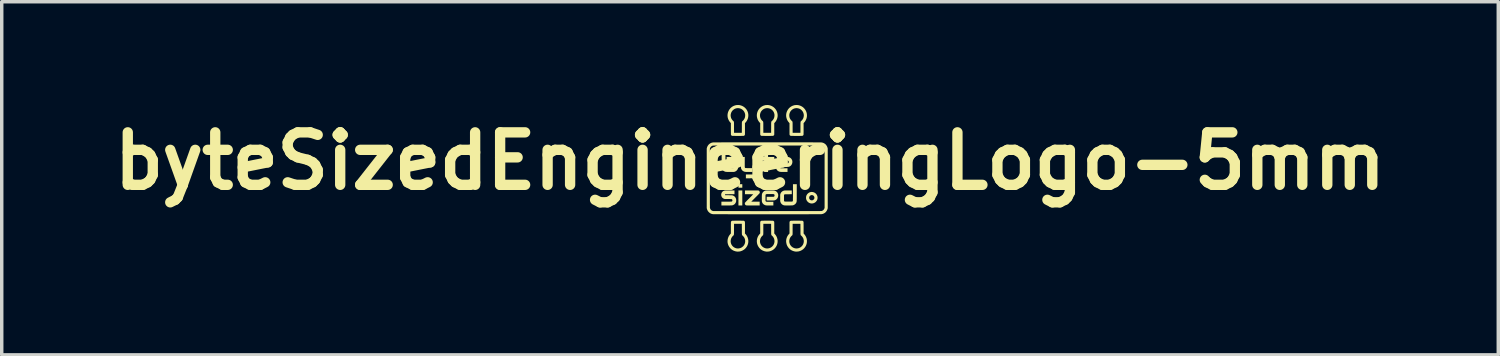
<source format=kicad_pcb>
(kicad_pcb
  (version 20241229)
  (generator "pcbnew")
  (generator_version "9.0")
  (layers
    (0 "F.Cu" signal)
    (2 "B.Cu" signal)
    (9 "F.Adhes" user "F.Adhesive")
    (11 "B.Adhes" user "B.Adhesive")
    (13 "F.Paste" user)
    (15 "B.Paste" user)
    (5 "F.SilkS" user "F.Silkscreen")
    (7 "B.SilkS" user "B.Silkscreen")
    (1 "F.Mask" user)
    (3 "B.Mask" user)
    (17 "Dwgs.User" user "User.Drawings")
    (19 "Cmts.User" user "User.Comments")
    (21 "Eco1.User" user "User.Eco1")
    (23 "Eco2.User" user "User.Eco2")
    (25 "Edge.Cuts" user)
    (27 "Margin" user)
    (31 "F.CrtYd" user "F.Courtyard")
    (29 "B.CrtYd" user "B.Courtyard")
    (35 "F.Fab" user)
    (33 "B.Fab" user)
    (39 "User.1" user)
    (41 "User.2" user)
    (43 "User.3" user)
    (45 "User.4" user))
  (footprint "byteSizedEngineeringLogo-5mm"
    (layer "F.Cu")
    (at 19.231 2.128)
    (property "Reference" "byteSizedEngineeringLogo-5mm" (at -0.5 -0.5 0) (layer "F.SilkS") (effects (font (size 1.524 1.524) (thickness 0.3))))
    (attr board_only exclude_from_pos_files exclude_from_bom)
    (fp_poly (pts (xy -0.724 0.273) (xy -0.836 0.273) (xy -0.836 0.171) (xy -0.724 0.171)) (stroke (width 0) (type solid)) (fill yes) (layer "F.SilkS"))
    (fp_poly (pts (xy -0.724 0.789) (xy -0.836 0.789) (xy -0.836 0.353) (xy -0.724 0.353)) (stroke (width 0) (type solid)) (fill yes) (layer "F.SilkS"))
    (fp_poly (pts (xy 0.024 -0.62) (xy 0.204 -0.62) (xy 0.204 -0.511) (xy 0.024 -0.511) (xy 0.024 -0.184) (xy -0.089 -0.184) (xy -0.089 -0.511) (xy -0.222 -0.511) (xy -0.222 -0.62) (xy -0.089 -0.62) (xy -0.089 -0.76) (xy 0.024 -0.76)) (stroke (width 0) (type solid)) (fill yes) (layer "F.SilkS"))
    (fp_poly (pts (xy -0.283 -0.368) (xy -0.283 -0.117) (xy -0.289 -0.101) (xy -0.296 -0.082) (xy -0.305 -0.065) (xy -0.317 -0.05) (xy -0.324 -0.043) (xy -0.333 -0.034) (xy -0.342 -0.027) (xy -0.353 -0.021) (xy -0.36 -0.017) (xy -0.368 -0.013) (xy -0.375 -0.01) (xy -0.382 -0.008) (xy -0.388 -0.005) (xy -0.396 -0.004) (xy -0.404 -0.003) (xy -0.414 -0.002) (xy -0.426 -0.001) (xy -0.441 -0.000489) (xy -0.458 -0.000225) (xy -0.479 -0.000094) (xy -0.503 -0.000046) (xy -0.516 -0.000039) (xy -0.62 0) (xy -0.62 -0.111) (xy -0.517 -0.111) (xy -0.493 -0.111) (xy -0.473 -0.111) (xy -0.457 -0.111) (xy -0.443 -0.111) (xy -0.433 -0.112) (xy -0.425 -0.112) (xy -0.419 -0.112) (xy -0.415 -0.113) (xy -0.412 -0.113) (xy -0.409 -0.114) (xy -0.408 -0.115) (xy -0.408 -0.115) (xy -0.405 -0.117) (xy -0.403 -0.118) (xy -0.402 -0.119) (xy -0.4 -0.12) (xy -0.399 -0.123) (xy -0.398 -0.126) (xy -0.397 -0.13) (xy -0.396 -0.135) (xy -0.395 -0.142) (xy -0.395 -0.151) (xy -0.394 -0.162) (xy -0.394 -0.175) (xy -0.394 -0.191) (xy -0.394 -0.21) (xy -0.393 -0.232) (xy -0.393 -0.257) (xy -0.393 -0.285) (xy -0.393 -0.318) (xy -0.393 -0.354) (xy -0.393 -0.378) (xy -0.393 -0.62) (xy -0.282 -0.62)) (stroke (width 0) (type solid)) (fill yes) (layer "F.SilkS"))
    (fp_poly (pts (xy -0.653 -0.471) (xy -0.653 -0.44) (xy -0.653 -0.414) (xy -0.653 -0.391) (xy -0.653 -0.373) (xy -0.653 -0.357) (xy -0.653 -0.344) (xy -0.652 -0.333) (xy -0.651 -0.325) (xy -0.651 -0.319) (xy -0.65 -0.314) (xy -0.648 -0.31) (xy -0.647 -0.308) (xy -0.645 -0.305) (xy -0.643 -0.304) (xy -0.64 -0.302) (xy -0.639 -0.301) (xy -0.638 -0.3) (xy -0.636 -0.299) (xy -0.633 -0.299) (xy -0.63 -0.298) (xy -0.625 -0.297) (xy -0.618 -0.297) (xy -0.609 -0.297) (xy -0.597 -0.297) (xy -0.582 -0.296) (xy -0.564 -0.296) (xy -0.542 -0.296) (xy -0.53 -0.296) (xy -0.427 -0.295) (xy -0.427 -0.184) (xy -0.527 -0.185) (xy -0.548 -0.185) (xy -0.568 -0.185) (xy -0.587 -0.185) (xy -0.603 -0.185) (xy -0.617 -0.186) (xy -0.628 -0.186) (xy -0.635 -0.186) (xy -0.638 -0.187) (xy -0.664 -0.193) (xy -0.688 -0.203) (xy -0.709 -0.216) (xy -0.727 -0.232) (xy -0.742 -0.252) (xy -0.75 -0.266) (xy -0.753 -0.271) (xy -0.755 -0.276) (xy -0.757 -0.281) (xy -0.759 -0.287) (xy -0.76 -0.293) (xy -0.761 -0.301) (xy -0.762 -0.309) (xy -0.763 -0.32) (xy -0.763 -0.333) (xy -0.764 -0.348) (xy -0.764 -0.366) (xy -0.764 -0.387) (xy -0.764 -0.411) (xy -0.764 -0.439) (xy -0.764 -0.468) (xy -0.764 -0.62) (xy -0.653 -0.62)) (stroke (width 0) (type solid)) (fill yes) (layer "F.SilkS"))
    (fp_poly (pts (xy 1.316 0.398) (xy 1.342 0.404) (xy 1.366 0.413) (xy 1.388 0.426) (xy 1.408 0.441) (xy 1.425 0.46) (xy 1.439 0.48) (xy 1.449 0.502) (xy 1.457 0.525) (xy 1.461 0.549) (xy 1.461 0.574) (xy 1.458 0.6) (xy 1.45 0.625) (xy 1.447 0.633) (xy 1.434 0.656) (xy 1.417 0.677) (xy 1.398 0.695) (xy 1.377 0.709) (xy 1.353 0.72) (xy 1.328 0.728) (xy 1.301 0.731) (xy 1.293 0.731) (xy 1.282 0.731) (xy 1.271 0.73) (xy 1.261 0.728) (xy 1.259 0.728) (xy 1.233 0.72) (xy 1.209 0.708) (xy 1.188 0.693) (xy 1.169 0.675) (xy 1.153 0.654) (xy 1.142 0.635) (xy 1.134 0.615) (xy 1.129 0.595) (xy 1.127 0.573) (xy 1.127 0.561) (xy 1.218 0.561) (xy 1.219 0.578) (xy 1.221 0.588) (xy 1.228 0.602) (xy 1.238 0.616) (xy 1.25 0.627) (xy 1.264 0.635) (xy 1.27 0.637) (xy 1.283 0.639) (xy 1.299 0.64) (xy 1.313 0.638) (xy 1.322 0.635) (xy 1.33 0.631) (xy 1.339 0.625) (xy 1.348 0.617) (xy 1.355 0.609) (xy 1.36 0.603) (xy 1.364 0.596) (xy 1.367 0.587) (xy 1.367 0.587) (xy 1.37 0.569) (xy 1.37 0.553) (xy 1.365 0.536) (xy 1.362 0.53) (xy 1.353 0.515) (xy 1.341 0.503) (xy 1.326 0.495) (xy 1.311 0.489) (xy 1.295 0.487) (xy 1.278 0.489) (xy 1.263 0.494) (xy 1.248 0.503) (xy 1.235 0.515) (xy 1.234 0.516) (xy 1.226 0.529) (xy 1.22 0.545) (xy 1.218 0.561) (xy 1.127 0.561) (xy 1.127 0.557) (xy 1.129 0.539) (xy 1.131 0.523) (xy 1.135 0.509) (xy 1.142 0.494) (xy 1.144 0.489) (xy 1.158 0.466) (xy 1.175 0.446) (xy 1.195 0.429) (xy 1.216 0.415) (xy 1.24 0.405) (xy 1.265 0.399) (xy 1.29 0.396)) (stroke (width 0) (type solid)) (fill yes) (layer "F.SilkS"))
    (fp_poly (pts (xy -0.418 0.353) (xy -0.388 0.353) (xy -0.362 0.353) (xy -0.34 0.353) (xy -0.321 0.353) (xy -0.305 0.354) (xy -0.292 0.354) (xy -0.281 0.354) (xy -0.272 0.354) (xy -0.266 0.354) (xy -0.26 0.355) (xy -0.256 0.355) (xy -0.253 0.356) (xy -0.251 0.356) (xy -0.249 0.357) (xy -0.247 0.358) (xy -0.247 0.358) (xy -0.235 0.366) (xy -0.226 0.377) (xy -0.22 0.39) (xy -0.216 0.404) (xy -0.217 0.418) (xy -0.221 0.431) (xy -0.221 0.432) (xy -0.223 0.434) (xy -0.228 0.44) (xy -0.236 0.448) (xy -0.246 0.459) (xy -0.258 0.471) (xy -0.272 0.486) (xy -0.288 0.502) (xy -0.305 0.519) (xy -0.324 0.538) (xy -0.343 0.557) (xy -0.344 0.558) (xy -0.463 0.678) (xy -0.22 0.678) (xy -0.22 0.789) (xy -0.412 0.789) (xy -0.442 0.789) (xy -0.47 0.789) (xy -0.497 0.788) (xy -0.521 0.788) (xy -0.544 0.788) (xy -0.563 0.788) (xy -0.58 0.788) (xy -0.593 0.787) (xy -0.603 0.787) (xy -0.609 0.787) (xy -0.61 0.786) (xy -0.624 0.78) (xy -0.635 0.771) (xy -0.644 0.76) (xy -0.649 0.747) (xy -0.651 0.733) (xy -0.65 0.718) (xy -0.648 0.712) (xy -0.646 0.708) (xy -0.641 0.703) (xy -0.633 0.695) (xy -0.623 0.684) (xy -0.61 0.67) (xy -0.594 0.654) (xy -0.575 0.634) (xy -0.553 0.612) (xy -0.528 0.587) (xy -0.525 0.584) (xy -0.506 0.565) (xy -0.488 0.547) (xy -0.471 0.53) (xy -0.456 0.515) (xy -0.442 0.501) (xy -0.43 0.488) (xy -0.421 0.479) (xy -0.413 0.471) (xy -0.409 0.466) (xy -0.407 0.464) (xy -0.407 0.464) (xy -0.409 0.464) (xy -0.415 0.463) (xy -0.425 0.463) (xy -0.438 0.463) (xy -0.454 0.463) (xy -0.472 0.462) (xy -0.492 0.462) (xy -0.514 0.462) (xy -0.527 0.462) (xy -0.647 0.462) (xy -0.647 0.353) (xy -0.452 0.353)) (stroke (width 0) (type solid)) (fill yes) (layer "F.SilkS"))
    (fp_poly (pts (xy -0.951 0.462) (xy -1.082 0.462) (xy -1.105 0.463) (xy -1.128 0.463) (xy -1.149 0.463) (xy -1.168 0.463) (xy -1.185 0.463) (xy -1.198 0.463) (xy -1.209 0.464) (xy -1.215 0.464) (xy -1.218 0.464) (xy -1.223 0.468) (xy -1.226 0.474) (xy -1.226 0.482) (xy -1.225 0.484) (xy -1.223 0.49) (xy -1.122 0.491) (xy -1.097 0.492) (xy -1.077 0.492) (xy -1.06 0.492) (xy -1.046 0.493) (xy -1.035 0.493) (xy -1.026 0.494) (xy -1.019 0.494) (xy -1.014 0.495) (xy -1.01 0.496) (xy -1.008 0.496) (xy -0.985 0.505) (xy -0.964 0.517) (xy -0.945 0.532) (xy -0.93 0.55) (xy -0.918 0.569) (xy -0.91 0.588) (xy -0.905 0.606) (xy -0.902 0.624) (xy -0.901 0.642) (xy -0.902 0.662) (xy -0.905 0.68) (xy -0.911 0.697) (xy -0.917 0.711) (xy -0.928 0.728) (xy -0.942 0.745) (xy -0.958 0.759) (xy -0.977 0.77) (xy -0.978 0.77) (xy -0.984 0.774) (xy -0.99 0.776) (xy -0.995 0.779) (xy -1 0.781) (xy -1.006 0.782) (xy -1.012 0.784) (xy -1.019 0.785) (xy -1.028 0.786) (xy -1.038 0.787) (xy -1.051 0.787) (xy -1.065 0.787) (xy -1.083 0.788) (xy -1.104 0.788) (xy -1.128 0.788) (xy -1.156 0.788) (xy -1.177 0.788) (xy -1.331 0.789) (xy -1.331 0.678) (xy -1.185 0.678) (xy -1.156 0.678) (xy -1.131 0.678) (xy -1.11 0.678) (xy -1.092 0.678) (xy -1.077 0.677) (xy -1.065 0.677) (xy -1.056 0.677) (xy -1.048 0.677) (xy -1.042 0.676) (xy -1.038 0.676) (xy -1.035 0.675) (xy -1.032 0.675) (xy -1.03 0.674) (xy -1.029 0.673) (xy -1.021 0.667) (xy -1.015 0.659) (xy -1.012 0.648) (xy -1.011 0.637) (xy -1.013 0.626) (xy -1.018 0.617) (xy -1.025 0.609) (xy -1.031 0.606) (xy -1.034 0.605) (xy -1.037 0.604) (xy -1.042 0.604) (xy -1.049 0.603) (xy -1.058 0.603) (xy -1.069 0.603) (xy -1.083 0.602) (xy -1.101 0.602) (xy -1.122 0.602) (xy -1.134 0.602) (xy -1.157 0.602) (xy -1.177 0.602) (xy -1.192 0.602) (xy -1.205 0.602) (xy -1.215 0.602) (xy -1.223 0.601) (xy -1.23 0.601) (xy -1.235 0.6) (xy -1.24 0.599) (xy -1.244 0.598) (xy -1.245 0.598) (xy -1.267 0.59) (xy -1.285 0.579) (xy -1.301 0.566) (xy -1.315 0.549) (xy -1.325 0.531) (xy -1.332 0.512) (xy -1.336 0.491) (xy -1.337 0.47) (xy -1.333 0.448) (xy -1.326 0.427) (xy -1.316 0.407) (xy -1.315 0.407) (xy -1.301 0.39) (xy -1.284 0.375) (xy -1.263 0.365) (xy -1.244 0.358) (xy -1.241 0.357) (xy -1.237 0.356) (xy -1.233 0.356) (xy -1.229 0.355) (xy -1.223 0.354) (xy -1.216 0.354) (xy -1.207 0.354) (xy -1.195 0.354) (xy -1.181 0.354) (xy -1.165 0.353) (xy -1.144 0.353) (xy -1.121 0.353) (xy -1.093 0.353) (xy -0.951 0.353)) (stroke (width 0) (type solid)) (fill yes) (layer "F.SilkS"))
    (fp_poly (pts (xy -1.213 -0.321) (xy -1.208 -0.313) (xy -1.203 -0.307) (xy -1.198 -0.302) (xy -1.197 -0.301) (xy -1.195 -0.3) (xy -1.194 -0.299) (xy -1.191 -0.299) (xy -1.188 -0.298) (xy -1.183 -0.298) (xy -1.176 -0.297) (xy -1.167 -0.297) (xy -1.156 -0.297) (xy -1.141 -0.296) (xy -1.123 -0.296) (xy -1.101 -0.296) (xy -1.086 -0.296) (xy -1.062 -0.296) (xy -1.042 -0.296) (xy -1.025 -0.296) (xy -1.012 -0.296) (xy -1.001 -0.296) (xy -0.993 -0.296) (xy -0.986 -0.297) (xy -0.982 -0.297) (xy -0.978 -0.298) (xy -0.975 -0.299) (xy -0.973 -0.299) (xy -0.972 -0.3) (xy -0.965 -0.304) (xy -0.96 -0.31) (xy -0.958 -0.314) (xy -0.957 -0.317) (xy -0.956 -0.319) (xy -0.955 -0.323) (xy -0.954 -0.327) (xy -0.954 -0.332) (xy -0.954 -0.34) (xy -0.954 -0.35) (xy -0.954 -0.363) (xy -0.954 -0.379) (xy -0.954 -0.399) (xy -0.954 -0.406) (xy -0.954 -0.428) (xy -0.954 -0.445) (xy -0.954 -0.459) (xy -0.955 -0.469) (xy -0.955 -0.478) (xy -0.955 -0.483) (xy -0.956 -0.488) (xy -0.957 -0.491) (xy -0.958 -0.493) (xy -0.959 -0.495) (xy -0.959 -0.495) (xy -0.964 -0.5) (xy -0.971 -0.505) (xy -0.971 -0.506) (xy -0.973 -0.507) (xy -0.976 -0.507) (xy -0.979 -0.508) (xy -0.983 -0.509) (xy -0.988 -0.509) (xy -0.996 -0.51) (xy -1.006 -0.51) (xy -1.019 -0.51) (xy -1.034 -0.51) (xy -1.054 -0.51) (xy -1.077 -0.511) (xy -1.079 -0.511) (xy -1.18 -0.511) (xy -1.18 -0.62) (xy -1.075 -0.62) (xy -1.05 -0.62) (xy -1.03 -0.62) (xy -1.013 -0.62) (xy -0.999 -0.62) (xy -0.987 -0.619) (xy -0.978 -0.619) (xy -0.971 -0.619) (xy -0.966 -0.618) (xy -0.961 -0.617) (xy -0.956 -0.617) (xy -0.952 -0.616) (xy -0.929 -0.607) (xy -0.907 -0.596) (xy -0.888 -0.581) (xy -0.883 -0.577) (xy -0.87 -0.562) (xy -0.86 -0.546) (xy -0.852 -0.528) (xy -0.849 -0.518) (xy -0.847 -0.514) (xy -0.846 -0.51) (xy -0.845 -0.506) (xy -0.845 -0.501) (xy -0.844 -0.495) (xy -0.844 -0.487) (xy -0.844 -0.478) (xy -0.843 -0.466) (xy -0.843 -0.45) (xy -0.843 -0.432) (xy -0.843 -0.409) (xy -0.843 -0.406) (xy -0.843 -0.381) (xy -0.843 -0.36) (xy -0.844 -0.343) (xy -0.844 -0.328) (xy -0.845 -0.316) (xy -0.845 -0.306) (xy -0.847 -0.298) (xy -0.848 -0.291) (xy -0.85 -0.284) (xy -0.853 -0.278) (xy -0.856 -0.271) (xy -0.86 -0.263) (xy -0.873 -0.242) (xy -0.889 -0.224) (xy -0.908 -0.209) (xy -0.93 -0.197) (xy -0.943 -0.192) (xy -0.961 -0.186) (xy -1.074 -0.185) (xy -1.097 -0.185) (xy -1.118 -0.185) (xy -1.138 -0.185) (xy -1.156 -0.185) (xy -1.171 -0.186) (xy -1.184 -0.186) (xy -1.192 -0.186) (xy -1.198 -0.187) (xy -1.198 -0.187) (xy -1.225 -0.193) (xy -1.249 -0.204) (xy -1.27 -0.217) (xy -1.281 -0.226) (xy -1.294 -0.241) (xy -1.305 -0.257) (xy -1.314 -0.275) (xy -1.317 -0.283) (xy -1.323 -0.301) (xy -1.324 -0.552) (xy -1.325 -0.802) (xy -1.213 -0.802)) (stroke (width 0) (type solid)) (fill yes) (layer "F.SilkS"))
    (fp_poly (pts (xy 0.516 -0.62) (xy 0.538 -0.62) (xy 0.556 -0.62) (xy 0.571 -0.62) (xy 0.583 -0.619) (xy 0.593 -0.619) (xy 0.601 -0.619) (xy 0.607 -0.618) (xy 0.612 -0.618) (xy 0.616 -0.617) (xy 0.62 -0.616) (xy 0.622 -0.616) (xy 0.645 -0.608) (xy 0.665 -0.598) (xy 0.682 -0.584) (xy 0.689 -0.578) (xy 0.705 -0.559) (xy 0.717 -0.538) (xy 0.726 -0.515) (xy 0.73 -0.491) (xy 0.73 -0.467) (xy 0.726 -0.441) (xy 0.721 -0.424) (xy 0.711 -0.402) (xy 0.698 -0.382) (xy 0.682 -0.365) (xy 0.664 -0.351) (xy 0.643 -0.34) (xy 0.637 -0.338) (xy 0.63 -0.336) (xy 0.623 -0.334) (xy 0.616 -0.333) (xy 0.607 -0.332) (xy 0.596 -0.331) (xy 0.583 -0.33) (xy 0.568 -0.329) (xy 0.55 -0.329) (xy 0.528 -0.329) (xy 0.502 -0.329) (xy 0.493 -0.329) (xy 0.396 -0.329) (xy 0.396 -0.436) (xy 0.496 -0.436) (xy 0.521 -0.436) (xy 0.541 -0.436) (xy 0.559 -0.436) (xy 0.573 -0.436) (xy 0.584 -0.436) (xy 0.593 -0.437) (xy 0.599 -0.438) (xy 0.604 -0.439) (xy 0.608 -0.441) (xy 0.611 -0.443) (xy 0.614 -0.446) (xy 0.616 -0.449) (xy 0.617 -0.45) (xy 0.62 -0.455) (xy 0.622 -0.459) (xy 0.623 -0.465) (xy 0.623 -0.474) (xy 0.623 -0.476) (xy 0.623 -0.488) (xy 0.62 -0.496) (xy 0.616 -0.503) (xy 0.608 -0.509) (xy 0.604 -0.511) (xy 0.602 -0.512) (xy 0.6 -0.513) (xy 0.597 -0.513) (xy 0.593 -0.514) (xy 0.588 -0.515) (xy 0.582 -0.515) (xy 0.573 -0.515) (xy 0.562 -0.515) (xy 0.548 -0.515) (xy 0.53 -0.516) (xy 0.509 -0.516) (xy 0.492 -0.516) (xy 0.468 -0.515) (xy 0.448 -0.515) (xy 0.432 -0.515) (xy 0.418 -0.515) (xy 0.408 -0.515) (xy 0.4 -0.515) (xy 0.394 -0.514) (xy 0.389 -0.514) (xy 0.386 -0.513) (xy 0.383 -0.512) (xy 0.381 -0.511) (xy 0.374 -0.507) (xy 0.368 -0.501) (xy 0.366 -0.5) (xy 0.361 -0.492) (xy 0.36 -0.404) (xy 0.36 -0.316) (xy 0.365 -0.309) (xy 0.37 -0.303) (xy 0.377 -0.298) (xy 0.38 -0.296) (xy 0.382 -0.295) (xy 0.385 -0.294) (xy 0.388 -0.293) (xy 0.391 -0.293) (xy 0.396 -0.292) (xy 0.403 -0.292) (xy 0.412 -0.291) (xy 0.423 -0.291) (xy 0.438 -0.291) (xy 0.455 -0.291) (xy 0.477 -0.291) (xy 0.589 -0.291) (xy 0.589 -0.184) (xy 0.489 -0.185) (xy 0.468 -0.185) (xy 0.448 -0.185) (xy 0.43 -0.185) (xy 0.413 -0.185) (xy 0.4 -0.186) (xy 0.389 -0.186) (xy 0.381 -0.186) (xy 0.379 -0.187) (xy 0.354 -0.192) (xy 0.331 -0.202) (xy 0.31 -0.214) (xy 0.292 -0.23) (xy 0.277 -0.248) (xy 0.266 -0.269) (xy 0.258 -0.292) (xy 0.256 -0.3) (xy 0.256 -0.305) (xy 0.255 -0.311) (xy 0.254 -0.319) (xy 0.254 -0.328) (xy 0.254 -0.339) (xy 0.254 -0.353) (xy 0.254 -0.371) (xy 0.254 -0.391) (xy 0.254 -0.409) (xy 0.254 -0.433) (xy 0.254 -0.453) (xy 0.255 -0.47) (xy 0.255 -0.484) (xy 0.256 -0.495) (xy 0.257 -0.504) (xy 0.258 -0.512) (xy 0.26 -0.519) (xy 0.262 -0.525) (xy 0.265 -0.532) (xy 0.268 -0.539) (xy 0.27 -0.544) (xy 0.279 -0.559) (xy 0.291 -0.573) (xy 0.304 -0.587) (xy 0.319 -0.598) (xy 0.33 -0.605) (xy 0.336 -0.608) (xy 0.342 -0.611) (xy 0.347 -0.613) (xy 0.353 -0.615) (xy 0.36 -0.616) (xy 0.368 -0.617) (xy 0.377 -0.618) (xy 0.388 -0.619) (xy 0.402 -0.619) (xy 0.418 -0.62) (xy 0.438 -0.62) (xy 0.461 -0.62) (xy 0.488 -0.62) (xy 0.49 -0.62)) (stroke (width 0) (type solid)) (fill yes) (layer "F.SilkS"))
    (fp_poly (pts (xy 0.105 0.353) (xy 0.127 0.353) (xy 0.145 0.354) (xy 0.16 0.354) (xy 0.172 0.354) (xy 0.182 0.354) (xy 0.19 0.355) (xy 0.196 0.355) (xy 0.201 0.356) (xy 0.205 0.356) (xy 0.209 0.357) (xy 0.211 0.358) (xy 0.234 0.365) (xy 0.253 0.376) (xy 0.271 0.389) (xy 0.278 0.395) (xy 0.294 0.414) (xy 0.306 0.435) (xy 0.314 0.458) (xy 0.319 0.482) (xy 0.319 0.507) (xy 0.315 0.532) (xy 0.31 0.549) (xy 0.3 0.571) (xy 0.287 0.591) (xy 0.271 0.608) (xy 0.252 0.622) (xy 0.232 0.633) (xy 0.226 0.636) (xy 0.219 0.638) (xy 0.212 0.639) (xy 0.205 0.641) (xy 0.196 0.642) (xy 0.185 0.643) (xy 0.172 0.643) (xy 0.157 0.644) (xy 0.139 0.644) (xy 0.117 0.644) (xy 0.091 0.644) (xy 0.082 0.644) (xy -0.016 0.644) (xy -0.016 0.538) (xy 0.085 0.538) (xy 0.109 0.538) (xy 0.13 0.538) (xy 0.148 0.538) (xy 0.162 0.537) (xy 0.173 0.537) (xy 0.181 0.536) (xy 0.188 0.535) (xy 0.193 0.534) (xy 0.197 0.532) (xy 0.2 0.53) (xy 0.202 0.527) (xy 0.205 0.524) (xy 0.206 0.523) (xy 0.209 0.518) (xy 0.211 0.514) (xy 0.212 0.508) (xy 0.212 0.5) (xy 0.212 0.498) (xy 0.212 0.486) (xy 0.209 0.477) (xy 0.205 0.47) (xy 0.197 0.465) (xy 0.193 0.463) (xy 0.191 0.462) (xy 0.189 0.461) (xy 0.186 0.46) (xy 0.182 0.459) (xy 0.177 0.459) (xy 0.171 0.458) (xy 0.162 0.458) (xy 0.151 0.458) (xy 0.137 0.458) (xy 0.119 0.458) (xy 0.098 0.458) (xy 0.081 0.458) (xy 0.057 0.458) (xy 0.037 0.458) (xy 0.02 0.458) (xy 0.007 0.458) (xy -0.003 0.458) (xy -0.011 0.459) (xy -0.018 0.459) (xy -0.022 0.46) (xy -0.026 0.46) (xy -0.028 0.461) (xy -0.03 0.462) (xy -0.037 0.466) (xy -0.044 0.472) (xy -0.045 0.474) (xy -0.05 0.481) (xy -0.051 0.569) (xy -0.051 0.657) (xy -0.046 0.665) (xy -0.041 0.67) (xy -0.034 0.676) (xy -0.031 0.677) (xy -0.029 0.678) (xy -0.026 0.679) (xy -0.023 0.68) (xy -0.02 0.681) (xy -0.015 0.681) (xy -0.008 0.682) (xy 0.001 0.682) (xy 0.012 0.682) (xy 0.027 0.682) (xy 0.044 0.682) (xy 0.066 0.682) (xy 0.078 0.682) (xy 0.178 0.682) (xy 0.178 0.789) (xy 0.077 0.789) (xy 0.056 0.789) (xy 0.036 0.788) (xy 0.018 0.788) (xy 0.001 0.788) (xy -0.013 0.788) (xy -0.024 0.787) (xy -0.031 0.787) (xy -0.034 0.787) (xy -0.06 0.78) (xy -0.083 0.77) (xy -0.104 0.757) (xy -0.122 0.74) (xy -0.137 0.721) (xy -0.145 0.705) (xy -0.148 0.698) (xy -0.15 0.692) (xy -0.153 0.685) (xy -0.154 0.677) (xy -0.155 0.668) (xy -0.156 0.657) (xy -0.157 0.644) (xy -0.157 0.628) (xy -0.157 0.609) (xy -0.157 0.587) (xy -0.157 0.564) (xy -0.157 0.54) (xy -0.157 0.52) (xy -0.156 0.503) (xy -0.156 0.49) (xy -0.155 0.478) (xy -0.154 0.469) (xy -0.153 0.461) (xy -0.151 0.454) (xy -0.149 0.448) (xy -0.146 0.441) (xy -0.143 0.434) (xy -0.141 0.429) (xy -0.132 0.415) (xy -0.12 0.4) (xy -0.107 0.386) (xy -0.092 0.375) (xy -0.081 0.368) (xy -0.075 0.365) (xy -0.069 0.363) (xy -0.064 0.36) (xy -0.058 0.358) (xy -0.051 0.357) (xy -0.043 0.356) (xy -0.034 0.355) (xy -0.023 0.354) (xy -0.009 0.354) (xy 0.007 0.354) (xy 0.027 0.353) (xy 0.05 0.353) (xy 0.077 0.353) (xy 0.079 0.353)) (stroke (width 0) (type solid)) (fill yes) (layer "F.SilkS"))
    (fp_poly (pts (xy 0.857 0.421) (xy 0.857 0.46) (xy 0.857 0.495) (xy 0.857 0.526) (xy 0.857 0.553) (xy 0.857 0.577) (xy 0.857 0.598) (xy 0.856 0.616) (xy 0.856 0.632) (xy 0.856 0.645) (xy 0.855 0.656) (xy 0.854 0.665) (xy 0.854 0.673) (xy 0.853 0.679) (xy 0.852 0.685) (xy 0.851 0.689) (xy 0.849 0.693) (xy 0.848 0.697) (xy 0.846 0.701) (xy 0.844 0.705) (xy 0.841 0.71) (xy 0.841 0.711) (xy 0.831 0.728) (xy 0.817 0.744) (xy 0.801 0.758) (xy 0.782 0.769) (xy 0.78 0.771) (xy 0.772 0.774) (xy 0.766 0.777) (xy 0.76 0.78) (xy 0.754 0.782) (xy 0.747 0.784) (xy 0.74 0.785) (xy 0.731 0.786) (xy 0.721 0.787) (xy 0.708 0.787) (xy 0.693 0.787) (xy 0.675 0.788) (xy 0.654 0.788) (xy 0.628 0.788) (xy 0.622 0.788) (xy 0.6 0.788) (xy 0.579 0.788) (xy 0.559 0.788) (xy 0.541 0.788) (xy 0.526 0.788) (xy 0.513 0.787) (xy 0.504 0.787) (xy 0.499 0.787) (xy 0.499 0.787) (xy 0.483 0.784) (xy 0.469 0.779) (xy 0.455 0.773) (xy 0.451 0.771) (xy 0.431 0.758) (xy 0.414 0.742) (xy 0.4 0.723) (xy 0.388 0.7) (xy 0.38 0.676) (xy 0.38 0.675) (xy 0.379 0.67) (xy 0.378 0.665) (xy 0.377 0.659) (xy 0.377 0.653) (xy 0.376 0.645) (xy 0.376 0.634) (xy 0.376 0.622) (xy 0.376 0.606) (xy 0.376 0.586) (xy 0.376 0.569) (xy 0.376 0.546) (xy 0.376 0.527) (xy 0.376 0.511) (xy 0.376 0.498) (xy 0.377 0.487) (xy 0.377 0.479) (xy 0.378 0.472) (xy 0.379 0.467) (xy 0.379 0.465) (xy 0.386 0.442) (xy 0.397 0.421) (xy 0.411 0.402) (xy 0.429 0.385) (xy 0.449 0.372) (xy 0.472 0.362) (xy 0.485 0.358) (xy 0.49 0.357) (xy 0.494 0.356) (xy 0.499 0.355) (xy 0.505 0.355) (xy 0.512 0.354) (xy 0.521 0.354) (xy 0.533 0.354) (xy 0.547 0.353) (xy 0.564 0.353) (xy 0.584 0.353) (xy 0.608 0.353) (xy 0.713 0.353) (xy 0.713 0.462) (xy 0.612 0.463) (xy 0.587 0.463) (xy 0.566 0.463) (xy 0.548 0.463) (xy 0.534 0.464) (xy 0.523 0.464) (xy 0.514 0.465) (xy 0.507 0.466) (xy 0.502 0.467) (xy 0.499 0.469) (xy 0.496 0.471) (xy 0.494 0.474) (xy 0.492 0.477) (xy 0.491 0.478) (xy 0.49 0.48) (xy 0.489 0.483) (xy 0.488 0.486) (xy 0.488 0.49) (xy 0.487 0.497) (xy 0.487 0.505) (xy 0.487 0.516) (xy 0.487 0.53) (xy 0.487 0.547) (xy 0.487 0.569) (xy 0.487 0.57) (xy 0.487 0.592) (xy 0.487 0.609) (xy 0.487 0.624) (xy 0.487 0.635) (xy 0.487 0.643) (xy 0.488 0.649) (xy 0.488 0.654) (xy 0.489 0.657) (xy 0.49 0.659) (xy 0.491 0.661) (xy 0.491 0.662) (xy 0.493 0.665) (xy 0.495 0.668) (xy 0.497 0.67) (xy 0.5 0.672) (xy 0.503 0.673) (xy 0.509 0.675) (xy 0.515 0.675) (xy 0.524 0.676) (xy 0.536 0.676) (xy 0.55 0.677) (xy 0.568 0.677) (xy 0.589 0.677) (xy 0.615 0.677) (xy 0.617 0.677) (xy 0.642 0.677) (xy 0.663 0.677) (xy 0.68 0.677) (xy 0.694 0.676) (xy 0.705 0.676) (xy 0.713 0.676) (xy 0.719 0.676) (xy 0.724 0.675) (xy 0.727 0.675) (xy 0.73 0.674) (xy 0.731 0.673) (xy 0.733 0.672) (xy 0.738 0.667) (xy 0.743 0.66) (xy 0.743 0.66) (xy 0.743 0.658) (xy 0.744 0.657) (xy 0.744 0.654) (xy 0.745 0.65) (xy 0.745 0.646) (xy 0.746 0.64) (xy 0.746 0.632) (xy 0.746 0.622) (xy 0.746 0.61) (xy 0.746 0.595) (xy 0.746 0.578) (xy 0.747 0.557) (xy 0.747 0.534) (xy 0.747 0.507) (xy 0.747 0.476) (xy 0.747 0.441) (xy 0.747 0.412) (xy 0.747 0.171) (xy 0.858 0.171)) (stroke (width 0) (type solid)) (fill yes) (layer "F.SilkS"))
    (fp_poly (pts (xy -0.838 -2.128) (xy -0.819 -2.127) (xy -0.803 -2.125) (xy -0.795 -2.124) (xy -0.759 -2.114) (xy -0.726 -2.101) (xy -0.694 -2.084) (xy -0.665 -2.064) (xy -0.638 -2.04) (xy -0.614 -2.013) (xy -0.593 -1.984) (xy -0.576 -1.951) (xy -0.573 -1.945) (xy -0.561 -1.911) (xy -0.553 -1.876) (xy -0.549 -1.841) (xy -0.55 -1.806) (xy -0.554 -1.772) (xy -0.562 -1.738) (xy -0.575 -1.705) (xy -0.591 -1.673) (xy -0.611 -1.643) (xy -0.633 -1.617) (xy -0.647 -1.603) (xy -0.647 -1.435) (xy -0.647 -1.403) (xy -0.647 -1.376) (xy -0.647 -1.353) (xy -0.647 -1.333) (xy -0.647 -1.316) (xy -0.647 -1.302) (xy -0.647 -1.291) (xy -0.647 -1.282) (xy -0.648 -1.275) (xy -0.648 -1.27) (xy -0.649 -1.266) (xy -0.649 -1.263) (xy -0.65 -1.261) (xy -0.651 -1.259) (xy -0.651 -1.258) (xy -0.658 -1.248) (xy -0.669 -1.239) (xy -0.68 -1.234) (xy -0.681 -1.234) (xy -0.685 -1.233) (xy -0.694 -1.233) (xy -0.705 -1.232) (xy -0.72 -1.232) (xy -0.738 -1.232) (xy -0.757 -1.231) (xy -0.779 -1.231) (xy -0.802 -1.231) (xy -0.825 -1.231) (xy -0.85 -1.231) (xy -0.874 -1.231) (xy -0.898 -1.231) (xy -0.921 -1.231) (xy -0.943 -1.232) (xy -0.963 -1.232) (xy -0.981 -1.232) (xy -0.996 -1.233) (xy -1.008 -1.233) (xy -1.017 -1.233) (xy -1.022 -1.234) (xy -1.023 -1.234) (xy -1.034 -1.24) (xy -1.045 -1.248) (xy -1.051 -1.258) (xy -1.052 -1.26) (xy -1.053 -1.261) (xy -1.053 -1.264) (xy -1.054 -1.267) (xy -1.054 -1.272) (xy -1.055 -1.277) (xy -1.055 -1.285) (xy -1.055 -1.295) (xy -1.055 -1.307) (xy -1.055 -1.322) (xy -1.055 -1.339) (xy -1.056 -1.36) (xy -1.056 -1.385) (xy -1.056 -1.414) (xy -1.056 -1.435) (xy -1.056 -1.603) (xy -1.069 -1.617) (xy -1.093 -1.646) (xy -1.113 -1.677) (xy -1.129 -1.709) (xy -1.142 -1.744) (xy -1.15 -1.779) (xy -1.15 -1.782) (xy -1.153 -1.818) (xy -1.153 -1.836) (xy -1.062 -1.836) (xy -1.062 -1.816) (xy -1.058 -1.785) (xy -1.051 -1.756) (xy -1.039 -1.73) (xy -1.023 -1.704) (xy -1.004 -1.681) (xy -0.993 -1.67) (xy -0.988 -1.666) (xy -0.984 -1.662) (xy -0.98 -1.658) (xy -0.976 -1.655) (xy -0.974 -1.651) (xy -0.971 -1.646) (xy -0.97 -1.641) (xy -0.968 -1.635) (xy -0.967 -1.626) (xy -0.966 -1.616) (xy -0.966 -1.604) (xy -0.965 -1.589) (xy -0.965 -1.571) (xy -0.965 -1.55) (xy -0.965 -1.525) (xy -0.965 -1.496) (xy -0.965 -1.479) (xy -0.964 -1.322) (xy -0.738 -1.322) (xy -0.737 -1.479) (xy -0.737 -1.51) (xy -0.737 -1.537) (xy -0.737 -1.56) (xy -0.737 -1.58) (xy -0.737 -1.596) (xy -0.736 -1.61) (xy -0.736 -1.621) (xy -0.735 -1.63) (xy -0.733 -1.638) (xy -0.732 -1.644) (xy -0.73 -1.649) (xy -0.727 -1.653) (xy -0.724 -1.656) (xy -0.721 -1.66) (xy -0.717 -1.663) (xy -0.712 -1.668) (xy -0.709 -1.67) (xy -0.687 -1.693) (xy -0.67 -1.718) (xy -0.656 -1.744) (xy -0.647 -1.772) (xy -0.642 -1.801) (xy -0.641 -1.816) (xy -0.64 -1.837) (xy -0.642 -1.857) (xy -0.646 -1.877) (xy -0.652 -1.896) (xy -0.662 -1.921) (xy -0.675 -1.943) (xy -0.691 -1.964) (xy -0.701 -1.975) (xy -0.724 -1.995) (xy -0.748 -2.011) (xy -0.773 -2.023) (xy -0.777 -2.024) (xy -0.807 -2.033) (xy -0.837 -2.037) (xy -0.867 -2.037) (xy -0.896 -2.033) (xy -0.924 -2.025) (xy -0.951 -2.013) (xy -0.976 -1.996) (xy -0.999 -1.976) (xy -1.001 -1.975) (xy -1.019 -1.954) (xy -1.034 -1.932) (xy -1.045 -1.909) (xy -1.05 -1.896) (xy -1.056 -1.875) (xy -1.06 -1.856) (xy -1.062 -1.836) (xy -1.153 -1.836) (xy -1.152 -1.853) (xy -1.147 -1.887) (xy -1.138 -1.921) (xy -1.125 -1.953) (xy -1.109 -1.984) (xy -1.089 -2.012) (xy -1.066 -2.039) (xy -1.04 -2.062) (xy -1.011 -2.083) (xy -0.985 -2.097) (xy -0.972 -2.104) (xy -0.955 -2.11) (xy -0.937 -2.116) (xy -0.92 -2.121) (xy -0.907 -2.124) (xy -0.893 -2.126) (xy -0.876 -2.127) (xy -0.857 -2.128)) (stroke (width 0) (type solid)) (fill yes) (layer "F.SilkS"))
    (fp_poly (pts (xy -0.828 1.231) (xy -0.804 1.231) (xy -0.781 1.231) (xy -0.76 1.231) (xy -0.74 1.232) (xy -0.722 1.232) (xy -0.707 1.232) (xy -0.695 1.233) (xy -0.686 1.233) (xy -0.682 1.233) (xy -0.681 1.234) (xy -0.67 1.238) (xy -0.659 1.247) (xy -0.652 1.257) (xy -0.651 1.258) (xy -0.65 1.26) (xy -0.65 1.262) (xy -0.649 1.264) (xy -0.648 1.267) (xy -0.648 1.272) (xy -0.648 1.278) (xy -0.647 1.286) (xy -0.647 1.296) (xy -0.647 1.308) (xy -0.647 1.323) (xy -0.647 1.341) (xy -0.647 1.362) (xy -0.647 1.387) (xy -0.647 1.416) (xy -0.647 1.435) (xy -0.647 1.603) (xy -0.633 1.617) (xy -0.609 1.646) (xy -0.589 1.677) (xy -0.573 1.709) (xy -0.561 1.744) (xy -0.553 1.779) (xy -0.552 1.782) (xy -0.549 1.818) (xy -0.55 1.853) (xy -0.555 1.887) (xy -0.564 1.92) (xy -0.576 1.951) (xy -0.592 1.981) (xy -0.611 2.009) (xy -0.633 2.035) (xy -0.658 2.059) (xy -0.686 2.079) (xy -0.716 2.096) (xy -0.748 2.11) (xy -0.782 2.121) (xy -0.794 2.123) (xy -0.803 2.125) (xy -0.815 2.126) (xy -0.829 2.127) (xy -0.844 2.128) (xy -0.858 2.128) (xy -0.87 2.128) (xy -0.88 2.128) (xy -0.882 2.127) (xy -0.919 2.121) (xy -0.954 2.11) (xy -0.988 2.096) (xy -1.019 2.078) (xy -1.047 2.057) (xy -1.072 2.032) (xy -1.082 2.021) (xy -1.104 1.991) (xy -1.122 1.96) (xy -1.136 1.927) (xy -1.146 1.893) (xy -1.152 1.859) (xy -1.153 1.837) (xy -1.062 1.837) (xy -1.06 1.857) (xy -1.056 1.877) (xy -1.05 1.896) (xy -1.04 1.921) (xy -1.027 1.943) (xy -1.011 1.964) (xy -1.001 1.975) (xy -0.978 1.995) (xy -0.953 2.011) (xy -0.926 2.024) (xy -0.898 2.033) (xy -0.868 2.037) (xy -0.838 2.037) (xy -0.815 2.034) (xy -0.785 2.027) (xy -0.758 2.016) (xy -0.733 2.001) (xy -0.709 1.982) (xy -0.701 1.975) (xy -0.683 1.954) (xy -0.668 1.932) (xy -0.657 1.909) (xy -0.652 1.896) (xy -0.646 1.875) (xy -0.642 1.856) (xy -0.64 1.836) (xy -0.641 1.816) (xy -0.644 1.785) (xy -0.652 1.756) (xy -0.663 1.73) (xy -0.679 1.704) (xy -0.699 1.681) (xy -0.709 1.67) (xy -0.714 1.666) (xy -0.719 1.662) (xy -0.723 1.658) (xy -0.726 1.655) (xy -0.729 1.651) (xy -0.731 1.646) (xy -0.733 1.641) (xy -0.734 1.635) (xy -0.735 1.626) (xy -0.736 1.616) (xy -0.736 1.604) (xy -0.737 1.589) (xy -0.737 1.571) (xy -0.737 1.55) (xy -0.737 1.525) (xy -0.737 1.496) (xy -0.737 1.479) (xy -0.738 1.322) (xy -0.964 1.322) (xy -0.965 1.479) (xy -0.965 1.51) (xy -0.965 1.537) (xy -0.965 1.56) (xy -0.965 1.58) (xy -0.966 1.596) (xy -0.966 1.61) (xy -0.967 1.621) (xy -0.968 1.63) (xy -0.969 1.638) (xy -0.97 1.644) (xy -0.972 1.649) (xy -0.975 1.653) (xy -0.978 1.656) (xy -0.981 1.66) (xy -0.986 1.663) (xy -0.99 1.668) (xy -0.993 1.67) (xy -1.015 1.693) (xy -1.032 1.718) (xy -1.046 1.744) (xy -1.055 1.772) (xy -1.06 1.801) (xy -1.062 1.816) (xy -1.062 1.837) (xy -1.153 1.837) (xy -1.153 1.825) (xy -1.151 1.791) (xy -1.145 1.757) (xy -1.135 1.724) (xy -1.121 1.691) (xy -1.103 1.66) (xy -1.081 1.631) (xy -1.069 1.617) (xy -1.056 1.603) (xy -1.056 1.435) (xy -1.056 1.403) (xy -1.056 1.376) (xy -1.056 1.353) (xy -1.055 1.333) (xy -1.055 1.316) (xy -1.055 1.302) (xy -1.055 1.291) (xy -1.055 1.282) (xy -1.054 1.275) (xy -1.054 1.27) (xy -1.054 1.266) (xy -1.053 1.263) (xy -1.052 1.261) (xy -1.052 1.259) (xy -1.051 1.258) (xy -1.044 1.248) (xy -1.034 1.239) (xy -1.022 1.234) (xy -1.021 1.234) (xy -1.017 1.233) (xy -1.009 1.233) (xy -0.997 1.232) (xy -0.982 1.232) (xy -0.965 1.232) (xy -0.945 1.231) (xy -0.923 1.231) (xy -0.901 1.231) (xy -0.877 1.231) (xy -0.853 1.231)) (stroke (width 0) (type solid)) (fill yes) (layer "F.SilkS"))
    (fp_poly (pts (xy 0.013 -2.128) (xy 0.032 -2.127) (xy 0.048 -2.125) (xy 0.056 -2.124) (xy 0.092 -2.114) (xy 0.126 -2.101) (xy 0.157 -2.084) (xy 0.187 -2.064) (xy 0.213 -2.04) (xy 0.237 -2.013) (xy 0.258 -1.984) (xy 0.275 -1.951) (xy 0.278 -1.945) (xy 0.29 -1.911) (xy 0.298 -1.876) (xy 0.302 -1.841) (xy 0.302 -1.806) (xy 0.297 -1.772) (xy 0.289 -1.738) (xy 0.276 -1.705) (xy 0.26 -1.673) (xy 0.24 -1.643) (xy 0.218 -1.617) (xy 0.204 -1.603) (xy 0.204 -1.435) (xy 0.204 -1.403) (xy 0.204 -1.376) (xy 0.204 -1.353) (xy 0.204 -1.333) (xy 0.204 -1.316) (xy 0.204 -1.302) (xy 0.204 -1.291) (xy 0.204 -1.282) (xy 0.203 -1.275) (xy 0.203 -1.27) (xy 0.203 -1.266) (xy 0.202 -1.263) (xy 0.201 -1.261) (xy 0.201 -1.259) (xy 0.2 -1.258) (xy 0.193 -1.248) (xy 0.182 -1.239) (xy 0.171 -1.234) (xy 0.17 -1.234) (xy 0.166 -1.233) (xy 0.157 -1.233) (xy 0.146 -1.232) (xy 0.131 -1.232) (xy 0.114 -1.232) (xy 0.094 -1.231) (xy 0.072 -1.231) (xy 0.05 -1.231) (xy 0.026 -1.231) (xy 0.002 -1.231) (xy -0.023 -1.231) (xy -0.047 -1.231) (xy -0.07 -1.231) (xy -0.091 -1.232) (xy -0.111 -1.232) (xy -0.129 -1.232) (xy -0.145 -1.233) (xy -0.157 -1.233) (xy -0.166 -1.233) (xy -0.171 -1.234) (xy -0.172 -1.234) (xy -0.183 -1.24) (xy -0.193 -1.248) (xy -0.2 -1.258) (xy -0.201 -1.26) (xy -0.202 -1.261) (xy -0.202 -1.264) (xy -0.203 -1.267) (xy -0.203 -1.272) (xy -0.203 -1.277) (xy -0.204 -1.285) (xy -0.204 -1.295) (xy -0.204 -1.307) (xy -0.204 -1.322) (xy -0.204 -1.339) (xy -0.204 -1.36) (xy -0.204 -1.385) (xy -0.204 -1.414) (xy -0.204 -1.435) (xy -0.204 -1.603) (xy -0.218 -1.617) (xy -0.242 -1.646) (xy -0.262 -1.677) (xy -0.278 -1.709) (xy -0.29 -1.744) (xy -0.298 -1.779) (xy -0.299 -1.782) (xy -0.302 -1.818) (xy -0.302 -1.836) (xy -0.211 -1.836) (xy -0.21 -1.816) (xy -0.207 -1.785) (xy -0.199 -1.756) (xy -0.188 -1.73) (xy -0.172 -1.704) (xy -0.153 -1.681) (xy -0.142 -1.67) (xy -0.137 -1.666) (xy -0.132 -1.662) (xy -0.129 -1.658) (xy -0.125 -1.655) (xy -0.123 -1.651) (xy -0.12 -1.646) (xy -0.119 -1.641) (xy -0.117 -1.635) (xy -0.116 -1.626) (xy -0.115 -1.616) (xy -0.115 -1.604) (xy -0.114 -1.589) (xy -0.114 -1.571) (xy -0.114 -1.55) (xy -0.114 -1.525) (xy -0.114 -1.496) (xy -0.114 -1.479) (xy -0.113 -1.322) (xy 0.113 -1.322) (xy 0.114 -1.479) (xy 0.114 -1.51) (xy 0.114 -1.537) (xy 0.114 -1.56) (xy 0.114 -1.58) (xy 0.114 -1.596) (xy 0.115 -1.61) (xy 0.116 -1.621) (xy 0.116 -1.63) (xy 0.118 -1.638) (xy 0.119 -1.644) (xy 0.121 -1.649) (xy 0.124 -1.653) (xy 0.127 -1.656) (xy 0.13 -1.66) (xy 0.134 -1.663) (xy 0.139 -1.668) (xy 0.142 -1.67) (xy 0.164 -1.693) (xy 0.181 -1.718) (xy 0.195 -1.744) (xy 0.204 -1.772) (xy 0.209 -1.801) (xy 0.21 -1.816) (xy 0.211 -1.837) (xy 0.209 -1.857) (xy 0.205 -1.877) (xy 0.199 -1.896) (xy 0.189 -1.921) (xy 0.176 -1.943) (xy 0.16 -1.964) (xy 0.15 -1.975) (xy 0.127 -1.995) (xy 0.104 -2.011) (xy 0.078 -2.023) (xy 0.074 -2.024) (xy 0.044 -2.033) (xy 0.014 -2.037) (xy -0.016 -2.037) (xy -0.045 -2.033) (xy -0.073 -2.025) (xy -0.1 -2.013) (xy -0.125 -1.996) (xy -0.148 -1.976) (xy -0.15 -1.975) (xy -0.168 -1.954) (xy -0.183 -1.932) (xy -0.194 -1.909) (xy -0.199 -1.896) (xy -0.205 -1.875) (xy -0.209 -1.856) (xy -0.211 -1.836) (xy -0.302 -1.836) (xy -0.301 -1.853) (xy -0.296 -1.887) (xy -0.287 -1.921) (xy -0.274 -1.953) (xy -0.258 -1.984) (xy -0.238 -2.012) (xy -0.215 -2.039) (xy -0.189 -2.062) (xy -0.16 -2.083) (xy -0.134 -2.097) (xy -0.121 -2.104) (xy -0.104 -2.11) (xy -0.086 -2.116) (xy -0.069 -2.121) (xy -0.056 -2.124) (xy -0.042 -2.126) (xy -0.025 -2.127) (xy -0.006 -2.128)) (stroke (width 0) (type solid)) (fill yes) (layer "F.SilkS"))
    (fp_poly (pts (xy 0.023 1.231) (xy 0.047 1.231) (xy 0.07 1.231) (xy 0.091 1.231) (xy 0.111 1.232) (xy 0.129 1.232) (xy 0.144 1.232) (xy 0.156 1.233) (xy 0.165 1.233) (xy 0.17 1.233) (xy 0.17 1.234) (xy 0.181 1.238) (xy 0.192 1.247) (xy 0.199 1.257) (xy 0.2 1.258) (xy 0.201 1.26) (xy 0.202 1.262) (xy 0.202 1.264) (xy 0.203 1.267) (xy 0.203 1.272) (xy 0.203 1.278) (xy 0.204 1.286) (xy 0.204 1.296) (xy 0.204 1.308) (xy 0.204 1.323) (xy 0.204 1.341) (xy 0.204 1.362) (xy 0.204 1.387) (xy 0.204 1.416) (xy 0.204 1.435) (xy 0.204 1.603) (xy 0.218 1.617) (xy 0.242 1.646) (xy 0.262 1.677) (xy 0.278 1.709) (xy 0.29 1.744) (xy 0.298 1.779) (xy 0.299 1.782) (xy 0.302 1.818) (xy 0.301 1.853) (xy 0.296 1.887) (xy 0.287 1.92) (xy 0.275 1.951) (xy 0.259 1.981) (xy 0.24 2.009) (xy 0.218 2.035) (xy 0.193 2.059) (xy 0.165 2.079) (xy 0.136 2.096) (xy 0.104 2.11) (xy 0.07 2.121) (xy 0.057 2.123) (xy 0.048 2.125) (xy 0.036 2.126) (xy 0.022 2.127) (xy 0.007 2.128) (xy -0.007 2.128) (xy -0.019 2.128) (xy -0.029 2.128) (xy -0.031 2.127) (xy -0.068 2.121) (xy -0.103 2.11) (xy -0.136 2.096) (xy -0.167 2.078) (xy -0.196 2.057) (xy -0.221 2.032) (xy -0.231 2.021) (xy -0.253 1.991) (xy -0.271 1.96) (xy -0.285 1.927) (xy -0.295 1.893) (xy -0.3 1.859) (xy -0.302 1.837) (xy -0.211 1.837) (xy -0.209 1.857) (xy -0.205 1.877) (xy -0.199 1.896) (xy -0.189 1.921) (xy -0.176 1.943) (xy -0.16 1.964) (xy -0.15 1.975) (xy -0.127 1.995) (xy -0.102 2.011) (xy -0.075 2.024) (xy -0.046 2.033) (xy -0.017 2.037) (xy 0.013 2.037) (xy 0.036 2.034) (xy 0.066 2.027) (xy 0.093 2.016) (xy 0.119 2.001) (xy 0.142 1.982) (xy 0.15 1.975) (xy 0.168 1.954) (xy 0.183 1.932) (xy 0.194 1.909) (xy 0.199 1.896) (xy 0.205 1.875) (xy 0.209 1.856) (xy 0.211 1.836) (xy 0.21 1.816) (xy 0.207 1.785) (xy 0.199 1.756) (xy 0.188 1.73) (xy 0.172 1.704) (xy 0.153 1.681) (xy 0.142 1.67) (xy 0.137 1.666) (xy 0.132 1.662) (xy 0.129 1.658) (xy 0.125 1.655) (xy 0.123 1.651) (xy 0.12 1.646) (xy 0.119 1.641) (xy 0.117 1.635) (xy 0.116 1.626) (xy 0.115 1.616) (xy 0.115 1.604) (xy 0.114 1.589) (xy 0.114 1.571) (xy 0.114 1.55) (xy 0.114 1.525) (xy 0.114 1.496) (xy 0.114 1.479) (xy 0.113 1.322) (xy -0.113 1.322) (xy -0.114 1.479) (xy -0.114 1.51) (xy -0.114 1.537) (xy -0.114 1.56) (xy -0.114 1.58) (xy -0.114 1.596) (xy -0.115 1.61) (xy -0.116 1.621) (xy -0.116 1.63) (xy -0.118 1.638) (xy -0.119 1.644) (xy -0.121 1.649) (xy -0.124 1.653) (xy -0.127 1.656) (xy -0.13 1.66) (xy -0.134 1.663) (xy -0.139 1.668) (xy -0.142 1.67) (xy -0.164 1.693) (xy -0.181 1.718) (xy -0.195 1.744) (xy -0.204 1.772) (xy -0.209 1.801) (xy -0.21 1.816) (xy -0.211 1.837) (xy -0.302 1.837) (xy -0.302 1.825) (xy -0.3 1.791) (xy -0.294 1.757) (xy -0.284 1.724) (xy -0.27 1.691) (xy -0.252 1.66) (xy -0.23 1.631) (xy -0.218 1.617) (xy -0.204 1.603) (xy -0.204 1.435) (xy -0.204 1.403) (xy -0.204 1.376) (xy -0.204 1.353) (xy -0.204 1.333) (xy -0.204 1.316) (xy -0.204 1.302) (xy -0.204 1.291) (xy -0.204 1.282) (xy -0.203 1.275) (xy -0.203 1.27) (xy -0.203 1.266) (xy -0.202 1.263) (xy -0.201 1.261) (xy -0.201 1.259) (xy -0.2 1.258) (xy -0.193 1.248) (xy -0.182 1.239) (xy -0.171 1.234) (xy -0.17 1.234) (xy -0.166 1.233) (xy -0.158 1.233) (xy -0.146 1.232) (xy -0.131 1.232) (xy -0.114 1.232) (xy -0.094 1.231) (xy -0.072 1.231) (xy -0.049 1.231) (xy -0.026 1.231) (xy -0.001 1.231)) (stroke (width 0) (type solid)) (fill yes) (layer "F.SilkS"))
    (fp_poly (pts (xy 0.865 -2.128) (xy 0.883 -2.127) (xy 0.899 -2.125) (xy 0.907 -2.124) (xy 0.943 -2.114) (xy 0.977 -2.101) (xy 1.008 -2.084) (xy 1.038 -2.064) (xy 1.064 -2.04) (xy 1.088 -2.013) (xy 1.109 -1.984) (xy 1.126 -1.951) (xy 1.129 -1.945) (xy 1.141 -1.911) (xy 1.149 -1.876) (xy 1.153 -1.841) (xy 1.153 -1.806) (xy 1.148 -1.772) (xy 1.14 -1.738) (xy 1.127 -1.705) (xy 1.111 -1.673) (xy 1.091 -1.643) (xy 1.069 -1.617) (xy 1.056 -1.603) (xy 1.056 -1.435) (xy 1.056 -1.403) (xy 1.056 -1.376) (xy 1.056 -1.353) (xy 1.055 -1.333) (xy 1.055 -1.316) (xy 1.055 -1.302) (xy 1.055 -1.291) (xy 1.055 -1.282) (xy 1.054 -1.275) (xy 1.054 -1.27) (xy 1.054 -1.266) (xy 1.053 -1.263) (xy 1.052 -1.261) (xy 1.052 -1.259) (xy 1.051 -1.258) (xy 1.044 -1.248) (xy 1.034 -1.239) (xy 1.022 -1.234) (xy 1.021 -1.234) (xy 1.017 -1.233) (xy 1.009 -1.233) (xy 0.997 -1.232) (xy 0.982 -1.232) (xy 0.965 -1.232) (xy 0.945 -1.231) (xy 0.923 -1.231) (xy 0.901 -1.231) (xy 0.877 -1.231) (xy 0.853 -1.231) (xy 0.828 -1.231) (xy 0.805 -1.231) (xy 0.781 -1.231) (xy 0.76 -1.232) (xy 0.74 -1.232) (xy 0.722 -1.232) (xy 0.706 -1.233) (xy 0.694 -1.233) (xy 0.685 -1.233) (xy 0.68 -1.234) (xy 0.679 -1.234) (xy 0.668 -1.24) (xy 0.658 -1.248) (xy 0.651 -1.258) (xy 0.65 -1.26) (xy 0.65 -1.261) (xy 0.649 -1.264) (xy 0.648 -1.267) (xy 0.648 -1.272) (xy 0.648 -1.277) (xy 0.647 -1.285) (xy 0.647 -1.295) (xy 0.647 -1.307) (xy 0.647 -1.322) (xy 0.647 -1.339) (xy 0.647 -1.36) (xy 0.647 -1.385) (xy 0.647 -1.414) (xy 0.647 -1.435) (xy 0.647 -1.603) (xy 0.633 -1.617) (xy 0.609 -1.646) (xy 0.589 -1.677) (xy 0.573 -1.709) (xy 0.561 -1.744) (xy 0.553 -1.779) (xy 0.552 -1.782) (xy 0.549 -1.818) (xy 0.549 -1.836) (xy 0.64 -1.836) (xy 0.641 -1.816) (xy 0.644 -1.785) (xy 0.652 -1.756) (xy 0.663 -1.73) (xy 0.679 -1.704) (xy 0.699 -1.681) (xy 0.709 -1.67) (xy 0.714 -1.666) (xy 0.719 -1.662) (xy 0.723 -1.658) (xy 0.726 -1.655) (xy 0.729 -1.651) (xy 0.731 -1.646) (xy 0.733 -1.641) (xy 0.734 -1.635) (xy 0.735 -1.626) (xy 0.736 -1.616) (xy 0.736 -1.604) (xy 0.737 -1.589) (xy 0.737 -1.571) (xy 0.737 -1.55) (xy 0.737 -1.525) (xy 0.737 -1.496) (xy 0.737 -1.479) (xy 0.738 -1.322) (xy 0.964 -1.322) (xy 0.965 -1.479) (xy 0.965 -1.51) (xy 0.965 -1.537) (xy 0.965 -1.56) (xy 0.965 -1.58) (xy 0.966 -1.596) (xy 0.966 -1.61) (xy 0.967 -1.621) (xy 0.968 -1.63) (xy 0.969 -1.638) (xy 0.97 -1.644) (xy 0.972 -1.649) (xy 0.975 -1.653) (xy 0.978 -1.656) (xy 0.981 -1.66) (xy 0.986 -1.663) (xy 0.99 -1.668) (xy 0.993 -1.67) (xy 1.015 -1.693) (xy 1.032 -1.718) (xy 1.046 -1.744) (xy 1.055 -1.772) (xy 1.06 -1.801) (xy 1.062 -1.816) (xy 1.062 -1.837) (xy 1.06 -1.857) (xy 1.056 -1.877) (xy 1.05 -1.896) (xy 1.04 -1.921) (xy 1.027 -1.943) (xy 1.011 -1.964) (xy 1.001 -1.975) (xy 0.979 -1.995) (xy 0.955 -2.011) (xy 0.929 -2.023) (xy 0.925 -2.024) (xy 0.895 -2.033) (xy 0.865 -2.037) (xy 0.836 -2.037) (xy 0.807 -2.033) (xy 0.778 -2.025) (xy 0.751 -2.013) (xy 0.726 -1.996) (xy 0.703 -1.976) (xy 0.701 -1.975) (xy 0.683 -1.954) (xy 0.668 -1.932) (xy 0.657 -1.909) (xy 0.652 -1.896) (xy 0.646 -1.875) (xy 0.642 -1.856) (xy 0.64 -1.836) (xy 0.549 -1.836) (xy 0.55 -1.853) (xy 0.555 -1.887) (xy 0.564 -1.921) (xy 0.577 -1.953) (xy 0.594 -1.984) (xy 0.613 -2.012) (xy 0.636 -2.039) (xy 0.662 -2.062) (xy 0.691 -2.083) (xy 0.717 -2.097) (xy 0.731 -2.104) (xy 0.747 -2.11) (xy 0.765 -2.116) (xy 0.782 -2.121) (xy 0.795 -2.124) (xy 0.809 -2.126) (xy 0.826 -2.127) (xy 0.845 -2.128)) (stroke (width 0) (type solid)) (fill yes) (layer "F.SilkS"))
    (fp_poly (pts (xy 0.874 1.231) (xy 0.898 1.231) (xy 0.921 1.231) (xy 0.943 1.231) (xy 0.963 1.232) (xy 0.98 1.232) (xy 0.995 1.232) (xy 1.008 1.233) (xy 1.016 1.233) (xy 1.021 1.233) (xy 1.021 1.234) (xy 1.032 1.238) (xy 1.043 1.247) (xy 1.051 1.257) (xy 1.051 1.258) (xy 1.052 1.26) (xy 1.053 1.262) (xy 1.053 1.264) (xy 1.054 1.267) (xy 1.054 1.272) (xy 1.055 1.278) (xy 1.055 1.286) (xy 1.055 1.296) (xy 1.055 1.308) (xy 1.055 1.323) (xy 1.055 1.341) (xy 1.056 1.362) (xy 1.056 1.387) (xy 1.056 1.416) (xy 1.056 1.435) (xy 1.056 1.603) (xy 1.069 1.617) (xy 1.093 1.646) (xy 1.113 1.677) (xy 1.129 1.709) (xy 1.142 1.744) (xy 1.15 1.779) (xy 1.15 1.782) (xy 1.153 1.818) (xy 1.152 1.853) (xy 1.147 1.887) (xy 1.138 1.92) (xy 1.126 1.951) (xy 1.11 1.981) (xy 1.091 2.009) (xy 1.069 2.035) (xy 1.044 2.059) (xy 1.016 2.079) (xy 0.987 2.096) (xy 0.955 2.11) (xy 0.921 2.121) (xy 0.908 2.123) (xy 0.899 2.125) (xy 0.887 2.126) (xy 0.873 2.127) (xy 0.858 2.128) (xy 0.844 2.128) (xy 0.832 2.128) (xy 0.822 2.128) (xy 0.82 2.127) (xy 0.783 2.121) (xy 0.748 2.11) (xy 0.715 2.096) (xy 0.684 2.078) (xy 0.655 2.057) (xy 0.63 2.032) (xy 0.62 2.021) (xy 0.598 1.991) (xy 0.58 1.96) (xy 0.566 1.927) (xy 0.557 1.893) (xy 0.551 1.859) (xy 0.549 1.837) (xy 0.64 1.837) (xy 0.642 1.857) (xy 0.646 1.877) (xy 0.652 1.896) (xy 0.662 1.921) (xy 0.675 1.943) (xy 0.691 1.964) (xy 0.701 1.975) (xy 0.724 1.995) (xy 0.749 2.011) (xy 0.776 2.024) (xy 0.805 2.033) (xy 0.834 2.037) (xy 0.864 2.037) (xy 0.887 2.034) (xy 0.917 2.027) (xy 0.944 2.016) (xy 0.97 2.001) (xy 0.993 1.982) (xy 1.001 1.975) (xy 1.019 1.954) (xy 1.034 1.932) (xy 1.045 1.909) (xy 1.05 1.896) (xy 1.056 1.875) (xy 1.06 1.856) (xy 1.062 1.836) (xy 1.062 1.816) (xy 1.058 1.785) (xy 1.051 1.756) (xy 1.039 1.73) (xy 1.023 1.704) (xy 1.004 1.681) (xy 0.993 1.67) (xy 0.988 1.666) (xy 0.984 1.662) (xy 0.98 1.658) (xy 0.976 1.655) (xy 0.974 1.651) (xy 0.971 1.646) (xy 0.97 1.641) (xy 0.968 1.635) (xy 0.967 1.626) (xy 0.966 1.616) (xy 0.966 1.604) (xy 0.965 1.589) (xy 0.965 1.571) (xy 0.965 1.55) (xy 0.965 1.525) (xy 0.965 1.496) (xy 0.965 1.479) (xy 0.964 1.322) (xy 0.738 1.322) (xy 0.737 1.479) (xy 0.737 1.51) (xy 0.737 1.537) (xy 0.737 1.56) (xy 0.737 1.58) (xy 0.737 1.596) (xy 0.736 1.61) (xy 0.736 1.621) (xy 0.735 1.63) (xy 0.733 1.638) (xy 0.732 1.644) (xy 0.73 1.649) (xy 0.727 1.653) (xy 0.724 1.656) (xy 0.721 1.66) (xy 0.717 1.663) (xy 0.712 1.668) (xy 0.709 1.67) (xy 0.687 1.693) (xy 0.67 1.718) (xy 0.656 1.744) (xy 0.647 1.772) (xy 0.642 1.801) (xy 0.641 1.816) (xy 0.64 1.837) (xy 0.549 1.837) (xy 0.549 1.825) (xy 0.551 1.791) (xy 0.557 1.757) (xy 0.567 1.724) (xy 0.581 1.691) (xy 0.599 1.66) (xy 0.621 1.631) (xy 0.633 1.617) (xy 0.647 1.603) (xy 0.647 1.435) (xy 0.647 1.403) (xy 0.647 1.376) (xy 0.647 1.353) (xy 0.647 1.333) (xy 0.647 1.316) (xy 0.647 1.302) (xy 0.647 1.291) (xy 0.647 1.282) (xy 0.648 1.275) (xy 0.648 1.27) (xy 0.649 1.266) (xy 0.649 1.263) (xy 0.65 1.261) (xy 0.651 1.259) (xy 0.651 1.258) (xy 0.658 1.248) (xy 0.669 1.239) (xy 0.68 1.234) (xy 0.681 1.234) (xy 0.685 1.233) (xy 0.694 1.233) (xy 0.705 1.232) (xy 0.72 1.232) (xy 0.738 1.232) (xy 0.757 1.231) (xy 0.779 1.231) (xy 0.802 1.231) (xy 0.825 1.231) (xy 0.85 1.231)) (stroke (width 0) (type solid)) (fill yes) (layer "F.SilkS"))
    (fp_poly (pts (xy 0.068 -1.045) (xy 0.14 -1.045) (xy 0.213 -1.045) (xy 0.285 -1.045) (xy 0.356 -1.045) (xy 0.427 -1.044) (xy 0.497 -1.044) (xy 0.566 -1.044) (xy 0.633 -1.044) (xy 0.7 -1.044) (xy 0.765 -1.044) (xy 0.829 -1.044) (xy 0.891 -1.044) (xy 0.951 -1.044) (xy 1.009 -1.044) (xy 1.066 -1.044) (xy 1.12 -1.044) (xy 1.171 -1.044) (xy 1.221 -1.044) (xy 1.267 -1.044) (xy 1.311 -1.044) (xy 1.352 -1.043) (xy 1.39 -1.043) (xy 1.424 -1.043) (xy 1.456 -1.043) (xy 1.484 -1.043) (xy 1.508 -1.043) (xy 1.529 -1.043) (xy 1.545 -1.043) (xy 1.558 -1.042) (xy 1.567 -1.042) (xy 1.571 -1.042) (xy 1.571 -1.042) (xy 1.601 -1.037) (xy 1.629 -1.028) (xy 1.655 -1.015) (xy 1.679 -0.999) (xy 1.701 -0.979) (xy 1.719 -0.956) (xy 1.734 -0.931) (xy 1.746 -0.904) (xy 1.752 -0.885) (xy 1.757 -0.866) (xy 1.757 0.866) (xy 1.752 0.885) (xy 1.742 0.914) (xy 1.729 0.941) (xy 1.712 0.965) (xy 1.693 0.987) (xy 1.67 1.005) (xy 1.646 1.02) (xy 1.619 1.032) (xy 1.59 1.039) (xy 1.571 1.042) (xy 1.568 1.042) (xy 1.56 1.042) (xy 1.548 1.042) (xy 1.532 1.043) (xy 1.512 1.043) (xy 1.488 1.043) (xy 1.461 1.043) (xy 1.43 1.043) (xy 1.396 1.043) (xy 1.359 1.043) (xy 1.319 1.043) (xy 1.275 1.043) (xy 1.229 1.043) (xy 1.181 1.044) (xy 1.13 1.044) (xy 1.076 1.044) (xy 1.02 1.044) (xy 0.962 1.044) (xy 0.902 1.044) (xy 0.841 1.044) (xy 0.777 1.044) (xy 0.713 1.044) (xy 0.646 1.044) (xy 0.579 1.044) (xy 0.51 1.044) (xy 0.44 1.044) (xy 0.37 1.044) (xy 0.299 1.044) (xy 0.227 1.044) (xy 0.155 1.044) (xy 0.082 1.044) (xy 0.009 1.044) (xy -0.063 1.044) (xy -0.136 1.044) (xy -0.208 1.044) (xy -0.28 1.044) (xy -0.352 1.044) (xy -0.422 1.044) (xy -0.492 1.044) (xy -0.561 1.044) (xy -0.629 1.044) (xy -0.696 1.044) (xy -0.761 1.044) (xy -0.825 1.044) (xy -0.887 1.044) (xy -0.948 1.044) (xy -1.006 1.044) (xy -1.063 1.044) (xy -1.117 1.044) (xy -1.169 1.043) (xy -1.218 1.043) (xy -1.265 1.043) (xy -1.309 1.043) (xy -1.35 1.043) (xy -1.389 1.043) (xy -1.424 1.043) (xy -1.455 1.043) (xy -1.484 1.043) (xy -1.509 1.043) (xy -1.53 1.043) (xy -1.547 1.042) (xy -1.56 1.042) (xy -1.569 1.042) (xy -1.574 1.042) (xy -1.574 1.042) (xy -1.603 1.037) (xy -1.63 1.028) (xy -1.656 1.015) (xy -1.679 0.998) (xy -1.7 0.979) (xy -1.719 0.957) (xy -1.734 0.932) (xy -1.746 0.905) (xy -1.752 0.885) (xy -1.757 0.866) (xy -1.757 0.264) (xy -1.666 0.264) (xy -1.666 0.325) (xy -1.666 0.384) (xy -1.666 0.44) (xy -1.666 0.493) (xy -1.666 0.542) (xy -1.666 0.589) (xy -1.666 0.632) (xy -1.666 0.671) (xy -1.666 0.707) (xy -1.666 0.739) (xy -1.666 0.768) (xy -1.665 0.792) (xy -1.665 0.813) (xy -1.665 0.83) (xy -1.665 0.842) (xy -1.665 0.85) (xy -1.665 0.854) (xy -1.665 0.854) (xy -1.659 0.876) (xy -1.65 0.896) (xy -1.638 0.913) (xy -1.622 0.928) (xy -1.605 0.939) (xy -1.585 0.947) (xy -1.568 0.951) (xy -1.565 0.951) (xy -1.558 0.951) (xy -1.546 0.951) (xy -1.531 0.951) (xy -1.511 0.951) (xy -1.488 0.952) (xy -1.46 0.952) (xy -1.43 0.952) (xy -1.395 0.952) (xy -1.357 0.952) (xy -1.316 0.952) (xy -1.272 0.952) (xy -1.224 0.952) (xy -1.174 0.952) (xy -1.121 0.952) (xy -1.065 0.952) (xy -1.006 0.952) (xy -0.945 0.952) (xy -0.882 0.952) (xy -0.816 0.952) (xy -0.748 0.952) (xy -0.678 0.952) (xy -0.606 0.952) (xy -0.532 0.952) (xy -0.456 0.953) (xy -0.379 0.953) (xy -0.301 0.953) (xy -0.221 0.953) (xy -0.139 0.953) (xy -0.057 0.953) (xy 0.009 0.953) (xy 0.109 0.952) (xy 0.204 0.952) (xy 0.296 0.952) (xy 0.383 0.952) (xy 0.466 0.952) (xy 0.545 0.952) (xy 0.621 0.952) (xy 0.692 0.952) (xy 0.76 0.952) (xy 0.824 0.952) (xy 0.885 0.952) (xy 0.943 0.952) (xy 0.997 0.952) (xy 1.048 0.952) (xy 1.096 0.952) (xy 1.141 0.952) (xy 1.183 0.952) (xy 1.222 0.952) (xy 1.259 0.952) (xy 1.293 0.952) (xy 1.325 0.952) (xy 1.354 0.952) (xy 1.38 0.952) (xy 1.405 0.952) (xy 1.428 0.951) (xy 1.448 0.951) (xy 1.467 0.951) (xy 1.483 0.951) (xy 1.498 0.951) (xy 1.512 0.951) (xy 1.524 0.951) (xy 1.534 0.951) (xy 1.543 0.95) (xy 1.551 0.95) (xy 1.558 0.95) (xy 1.564 0.95) (xy 1.569 0.95) (xy 1.573 0.95) (xy 1.576 0.949) (xy 1.578 0.949) (xy 1.58 0.949) (xy 1.582 0.949) (xy 1.583 0.948) (xy 1.584 0.948) (xy 1.584 0.948) (xy 1.606 0.939) (xy 1.625 0.926) (xy 1.64 0.91) (xy 1.653 0.892) (xy 1.66 0.874) (xy 1.666 0.859) (xy 1.666 -0.859) (xy 1.66 -0.874) (xy 1.651 -0.895) (xy 1.638 -0.913) (xy 1.622 -0.928) (xy 1.603 -0.94) (xy 1.583 -0.948) (xy 1.582 -0.948) (xy 1.581 -0.949) (xy 1.58 -0.949) (xy 1.578 -0.949) (xy 1.575 -0.949) (xy 1.572 -0.95) (xy 1.569 -0.95) (xy 1.564 -0.95) (xy 1.559 -0.95) (xy 1.552 -0.95) (xy 1.545 -0.95) (xy 1.536 -0.951) (xy 1.526 -0.951) (xy 1.515 -0.951) (xy 1.502 -0.951) (xy 1.487 -0.951) (xy 1.471 -0.951) (xy 1.453 -0.951) (xy 1.434 -0.951) (xy 1.412 -0.951) (xy 1.388 -0.952) (xy 1.362 -0.952) (xy 1.334 -0.952) (xy 1.303 -0.952) (xy 1.27 -0.952) (xy 1.234 -0.952) (xy 1.196 -0.952) (xy 1.155 -0.952) (xy 1.111 -0.952) (xy 1.065 -0.952) (xy 1.015 -0.952) (xy 0.962 -0.952) (xy 0.906 -0.952) (xy 0.846 -0.952) (xy 0.783 -0.952) (xy 0.717 -0.952) (xy 0.646 -0.952) (xy 0.573 -0.952) (xy 0.495 -0.952) (xy 0.413 -0.952) (xy 0.328 -0.952) (xy 0.238 -0.952) (xy 0.144 -0.952) (xy 0.046 -0.952) (xy 0 -0.952) (xy -0.1 -0.952) (xy -0.196 -0.952) (xy -0.288 -0.952) (xy -0.375 -0.952) (xy -0.458 -0.952) (xy -0.538 -0.952) (xy -0.613 -0.952) (xy -0.685 -0.952) (xy -0.753 -0.952) (xy -0.818 -0.952) (xy -0.879 -0.952) (xy -0.937 -0.952) (xy -0.991 -0.952) (xy -1.042 -0.952) (xy -1.09 -0.952) (xy -1.136 -0.952) (xy -1.178 -0.952) (xy -1.217 -0.952) (xy -1.254 -0.952) (xy -1.288 -0.952) (xy -1.32 -0.952) (xy -1.349 -0.952) (xy -1.376 -0.952) (xy -1.401 -0.952) (xy -1.424 -0.951) (xy -1.445 -0.951) (xy -1.463 -0.951) (xy -1.48 -0.951) (xy -1.495 -0.951) (xy -1.509 -0.951) (xy -1.521 -0.951) (xy -1.532 -0.951) (xy -1.541 -0.95) (xy -1.549 -0.95) (xy -1.556 -0.95) (xy -1.562 -0.95) (xy -1.567 -0.95) (xy -1.571 -0.95) (xy -1.574 -0.949) (xy -1.577 -0.949) (xy -1.579 -0.949) (xy -1.581 -0.949) (xy -1.582 -0.949) (xy -1.583 -0.948) (xy -1.583 -0.948) (xy -1.605 -0.939) (xy -1.623 -0.927) (xy -1.639 -0.912) (xy -1.652 -0.893) (xy -1.66 -0.876) (xy -1.666 -0.861) (xy -1.666 -0.01) (xy -1.666 0.062) (xy -1.666 0.132) (xy -1.666 0.199) (xy -1.666 0.264) (xy -1.757 0.264) (xy -1.757 -0.866) (xy -1.752 -0.885) (xy -1.742 -0.914) (xy -1.729 -0.941) (xy -1.712 -0.965) (xy -1.693 -0.987) (xy -1.67 -1.005) (xy -1.646 -1.02) (xy -1.619 -1.032) (xy -1.59 -1.039) (xy -1.571 -1.042) (xy -1.567 -1.042) (xy -1.559 -1.042) (xy -1.547 -1.043) (xy -1.531 -1.043) (xy -1.511 -1.043) (xy -1.487 -1.043) (xy -1.46 -1.043) (xy -1.429 -1.043) (xy -1.395 -1.043) (xy -1.357 -1.043) (xy -1.317 -1.044) (xy -1.273 -1.044) (xy -1.227 -1.044) (xy -1.178 -1.044) (xy -1.127 -1.044) (xy -1.073 -1.044) (xy -1.017 -1.044) (xy -0.959 -1.044) (xy -0.899 -1.044) (xy -0.837 -1.044) (xy -0.774 -1.044) (xy -0.709 -1.044) (xy -0.642 -1.044) (xy -0.575 -1.044) (xy -0.506 -1.044) (xy -0.436 -1.044) (xy -0.366 -1.045) (xy -0.294 -1.045) (xy -0.222 -1.045) (xy -0.15 -1.045) (xy -0.078 -1.045) (xy -0.005 -1.045)) (stroke (width 0) (type solid)) (fill yes) (layer "F.SilkS")))
  (gr_rect
    (start -3 -3)
    (end 40.461 7.256)
    (stroke (width 0.1) (type default))
    (fill no)
    (layer "Edge.Cuts")))
</source>
